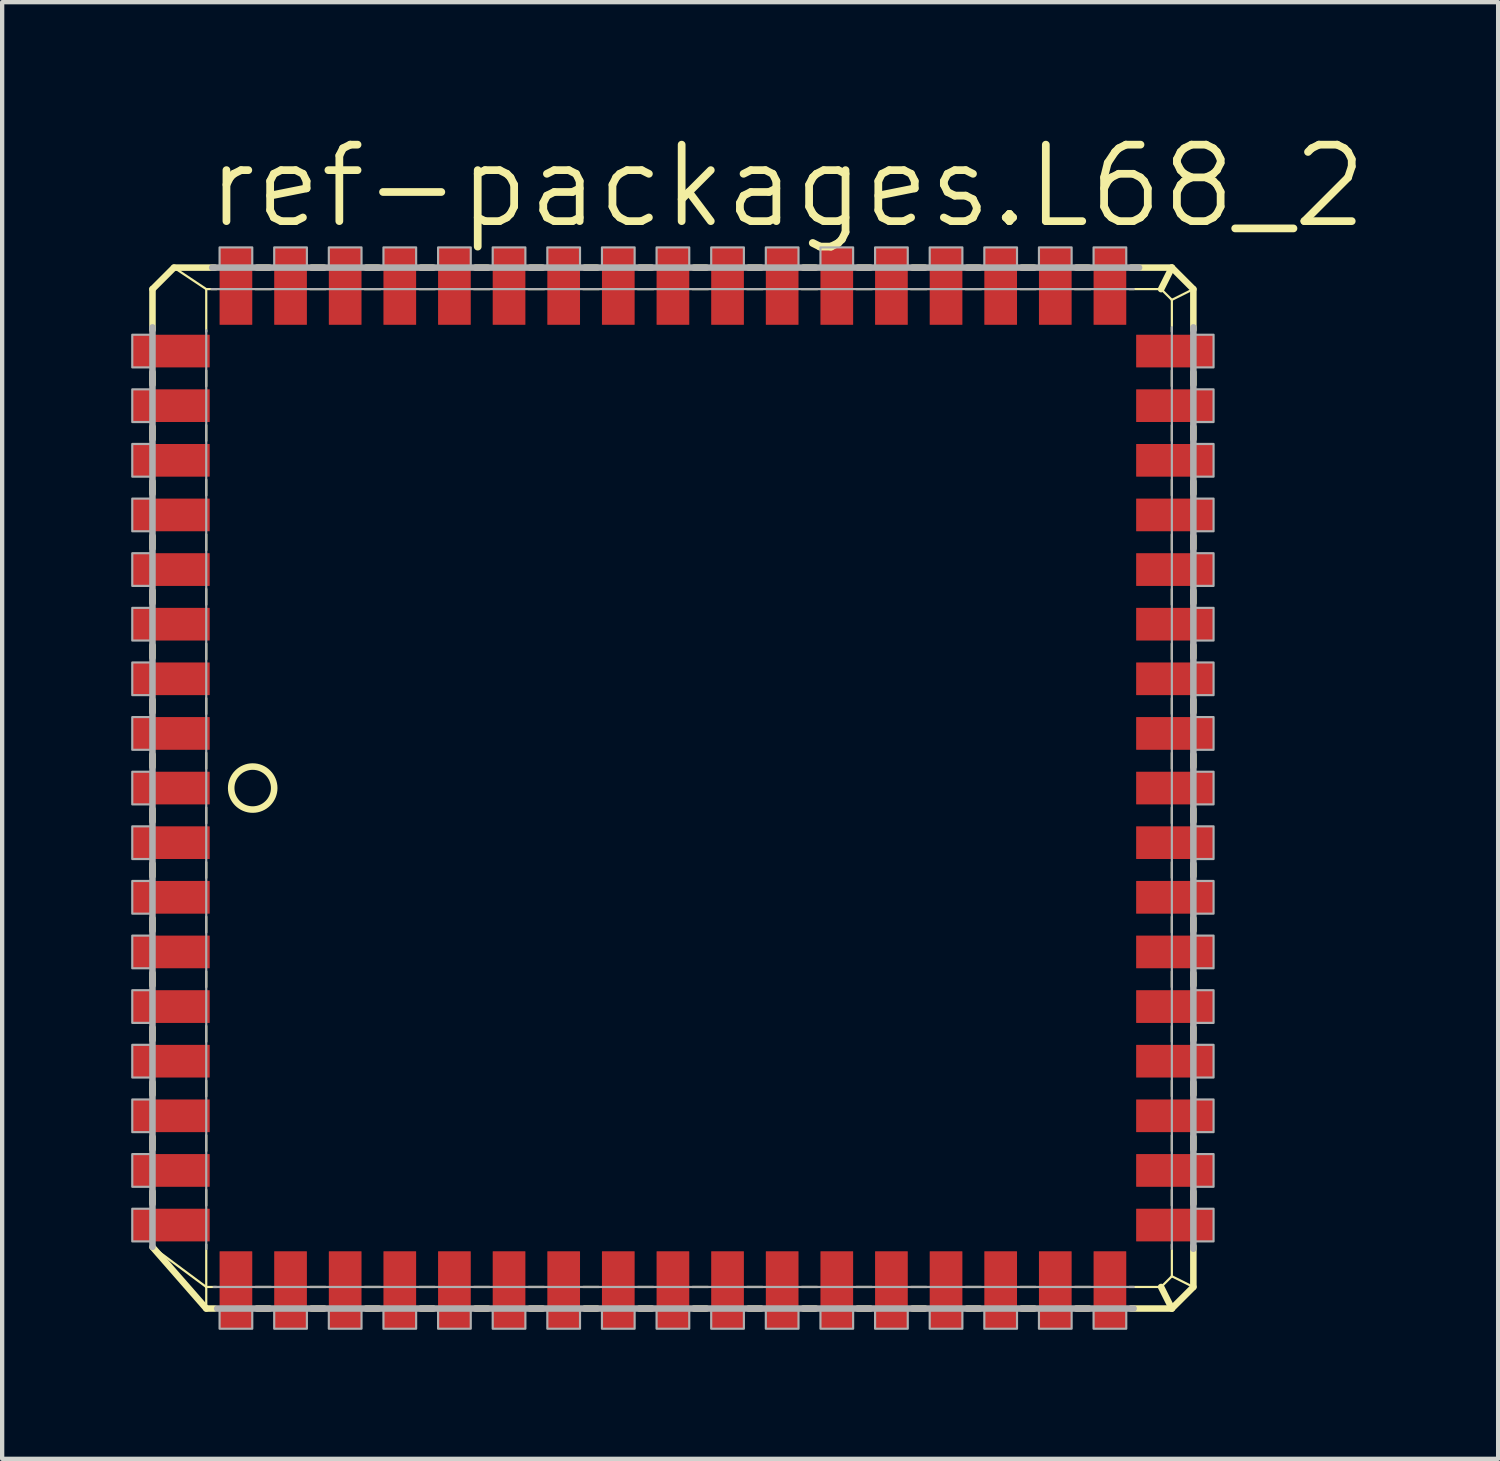
<source format=kicad_pcb>
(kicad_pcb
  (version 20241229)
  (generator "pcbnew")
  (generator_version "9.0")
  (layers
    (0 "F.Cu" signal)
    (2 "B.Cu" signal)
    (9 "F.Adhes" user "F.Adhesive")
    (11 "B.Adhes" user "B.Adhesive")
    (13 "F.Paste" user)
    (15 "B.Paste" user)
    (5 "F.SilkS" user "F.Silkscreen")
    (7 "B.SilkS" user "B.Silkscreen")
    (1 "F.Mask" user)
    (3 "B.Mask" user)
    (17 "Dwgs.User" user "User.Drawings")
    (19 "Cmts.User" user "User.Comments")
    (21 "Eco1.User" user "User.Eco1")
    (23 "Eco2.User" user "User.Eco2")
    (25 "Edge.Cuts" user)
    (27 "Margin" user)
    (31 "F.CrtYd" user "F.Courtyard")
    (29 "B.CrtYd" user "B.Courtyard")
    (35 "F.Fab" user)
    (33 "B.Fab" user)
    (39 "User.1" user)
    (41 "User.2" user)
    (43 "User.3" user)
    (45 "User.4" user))
  (footprint "ref-packages.L68_2"
    (layer "F.Cu")
    (at 12.595 15.272)
    (property "Reference" "ref-packages.L68_2" (at -10.922 -12.954 0) (layer "F.SilkS") (effects (font (size 1.778 1.778) (thickness 0.18)) (justify left bottom)))
    (attr smd)
    (fp_line (start -12.1 -11.6) (end -11.6 -12.1) (stroke (width 0.152) (type default)) (layer "F.SilkS"))
    (fp_line (start -12.1 -10.651) (end -12.1 -11.6) (stroke (width 0.152) (type default)) (layer "F.SilkS"))
    (fp_line (start -12.1 -9.381) (end -12.1 -9.669) (stroke (width 0.152) (type default)) (layer "F.SilkS"))
    (fp_line (start -12.1 -8.111) (end -12.1 -8.399) (stroke (width 0.152) (type default)) (layer "F.SilkS"))
    (fp_line (start -12.1 -6.841) (end -12.1 -7.129) (stroke (width 0.152) (type default)) (layer "F.SilkS"))
    (fp_line (start -12.1 -5.571) (end -12.1 -5.859) (stroke (width 0.152) (type default)) (layer "F.SilkS"))
    (fp_line (start -12.1 -4.301) (end -12.1 -4.589) (stroke (width 0.152) (type default)) (layer "F.SilkS"))
    (fp_line (start -12.1 -3.031) (end -12.1 -3.319) (stroke (width 0.152) (type default)) (layer "F.SilkS"))
    (fp_line (start -12.1 -1.761) (end -12.1 -2.049) (stroke (width 0.152) (type default)) (layer "F.SilkS"))
    (fp_line (start -12.1 -0.491) (end -12.1 -0.779) (stroke (width 0.152) (type default)) (layer "F.SilkS"))
    (fp_line (start -12.1 0.779) (end -12.1 0.491) (stroke (width 0.152) (type default)) (layer "F.SilkS"))
    (fp_line (start -12.1 2.049) (end -12.1 1.761) (stroke (width 0.152) (type default)) (layer "F.SilkS"))
    (fp_line (start -12.1 3.319) (end -12.1 3.031) (stroke (width 0.152) (type default)) (layer "F.SilkS"))
    (fp_line (start -12.1 4.589) (end -12.1 4.301) (stroke (width 0.152) (type default)) (layer "F.SilkS"))
    (fp_line (start -12.1 5.859) (end -12.1 5.571) (stroke (width 0.152) (type default)) (layer "F.SilkS"))
    (fp_line (start -12.1 7.129) (end -12.1 6.841) (stroke (width 0.152) (type default)) (layer "F.SilkS"))
    (fp_line (start -12.1 8.399) (end -12.1 8.111) (stroke (width 0.152) (type default)) (layer "F.SilkS"))
    (fp_line (start -12.1 9.669) (end -12.1 9.381) (stroke (width 0.152) (type default)) (layer "F.SilkS"))
    (fp_line (start -11.6 -12.1) (end -10.85 -11.6) (stroke (width 0.051) (type default)) (layer "F.SilkS"))
    (fp_line (start -11.6 -12.1) (end -10.651 -12.1) (stroke (width 0.152) (type default)) (layer "F.SilkS"))
    (fp_line (start -10.85 -11.6) (end -10.611 -11.6) (stroke (width 0.051) (type default)) (layer "F.SilkS"))
    (fp_line (start -10.85 -10.611) (end -10.85 -11.6) (stroke (width 0.051) (type default)) (layer "F.SilkS"))
    (fp_line (start -10.85 -9.341) (end -10.85 -9.709) (stroke (width 0.051) (type default)) (layer "F.SilkS"))
    (fp_line (start -10.85 -8.071) (end -10.85 -8.439) (stroke (width 0.051) (type default)) (layer "F.SilkS"))
    (fp_line (start -10.85 -6.801) (end -10.85 -7.169) (stroke (width 0.051) (type default)) (layer "F.SilkS"))
    (fp_line (start -10.85 -5.531) (end -10.85 -5.899) (stroke (width 0.051) (type default)) (layer "F.SilkS"))
    (fp_line (start -10.85 -4.261) (end -10.85 -4.629) (stroke (width 0.051) (type default)) (layer "F.SilkS"))
    (fp_line (start -10.85 -2.991) (end -10.85 -3.359) (stroke (width 0.051) (type default)) (layer "F.SilkS"))
    (fp_line (start -10.85 -1.721) (end -10.85 -2.089) (stroke (width 0.051) (type default)) (layer "F.SilkS"))
    (fp_line (start -10.85 -0.451) (end -10.85 -0.819) (stroke (width 0.051) (type default)) (layer "F.SilkS"))
    (fp_line (start -10.85 0.819) (end -10.85 0.451) (stroke (width 0.051) (type default)) (layer "F.SilkS"))
    (fp_line (start -10.85 2.089) (end -10.85 1.721) (stroke (width 0.051) (type default)) (layer "F.SilkS"))
    (fp_line (start -10.85 3.359) (end -10.85 2.991) (stroke (width 0.051) (type default)) (layer "F.SilkS"))
    (fp_line (start -10.85 4.629) (end -10.85 4.261) (stroke (width 0.051) (type default)) (layer "F.SilkS"))
    (fp_line (start -10.85 5.899) (end -10.85 5.531) (stroke (width 0.051) (type default)) (layer "F.SilkS"))
    (fp_line (start -10.85 7.169) (end -10.85 6.801) (stroke (width 0.051) (type default)) (layer "F.SilkS"))
    (fp_line (start -10.85 8.439) (end -10.85 8.071) (stroke (width 0.051) (type default)) (layer "F.SilkS"))
    (fp_line (start -10.85 9.709) (end -10.85 9.341) (stroke (width 0.051) (type default)) (layer "F.SilkS"))
    (fp_line (start -10.85 11.6) (end -12.085 10.682) (stroke (width 0.051) (type default)) (layer "F.SilkS"))
    (fp_line (start -10.85 11.6) (end -10.85 10.611) (stroke (width 0.051) (type default)) (layer "F.SilkS"))
    (fp_line (start -10.85 12.1) (end -12.1 10.671) (stroke (width 0.152) (type default)) (layer "F.SilkS"))
    (fp_line (start -10.85 12.1) (end -10.85 11.6) (stroke (width 0.051) (type default)) (layer "F.SilkS"))
    (fp_line (start -10.651 12.1) (end -10.85 12.1) (stroke (width 0.152) (type default)) (layer "F.SilkS"))
    (fp_line (start -10.611 11.6) (end -10.85 11.6) (stroke (width 0.051) (type default)) (layer "F.SilkS"))
    (fp_line (start -9.709 -11.6) (end -9.341 -11.6) (stroke (width 0.051) (type default)) (layer "F.SilkS"))
    (fp_line (start -9.669 -12.1) (end -9.381 -12.1) (stroke (width 0.152) (type default)) (layer "F.SilkS"))
    (fp_line (start -9.381 12.1) (end -9.669 12.1) (stroke (width 0.152) (type default)) (layer "F.SilkS"))
    (fp_line (start -9.341 11.6) (end -9.709 11.6) (stroke (width 0.051) (type default)) (layer "F.SilkS"))
    (fp_line (start -8.439 -11.6) (end -8.071 -11.6) (stroke (width 0.051) (type default)) (layer "F.SilkS"))
    (fp_line (start -8.399 -12.1) (end -8.111 -12.1) (stroke (width 0.152) (type default)) (layer "F.SilkS"))
    (fp_line (start -8.111 12.1) (end -8.399 12.1) (stroke (width 0.152) (type default)) (layer "F.SilkS"))
    (fp_line (start -8.071 11.6) (end -8.439 11.6) (stroke (width 0.051) (type default)) (layer "F.SilkS"))
    (fp_line (start -7.169 -11.6) (end -6.801 -11.6) (stroke (width 0.051) (type default)) (layer "F.SilkS"))
    (fp_line (start -7.129 -12.1) (end -6.841 -12.1) (stroke (width 0.152) (type default)) (layer "F.SilkS"))
    (fp_line (start -6.841 12.1) (end -7.129 12.1) (stroke (width 0.152) (type default)) (layer "F.SilkS"))
    (fp_line (start -6.801 11.6) (end -7.169 11.6) (stroke (width 0.051) (type default)) (layer "F.SilkS"))
    (fp_line (start -5.899 -11.6) (end -5.531 -11.6) (stroke (width 0.051) (type default)) (layer "F.SilkS"))
    (fp_line (start -5.859 -12.1) (end -5.571 -12.1) (stroke (width 0.152) (type default)) (layer "F.SilkS"))
    (fp_line (start -5.571 12.1) (end -5.859 12.1) (stroke (width 0.152) (type default)) (layer "F.SilkS"))
    (fp_line (start -5.531 11.6) (end -5.899 11.6) (stroke (width 0.051) (type default)) (layer "F.SilkS"))
    (fp_line (start -4.629 -11.6) (end -4.261 -11.6) (stroke (width 0.051) (type default)) (layer "F.SilkS"))
    (fp_line (start -4.589 -12.1) (end -4.301 -12.1) (stroke (width 0.152) (type default)) (layer "F.SilkS"))
    (fp_line (start -4.301 12.1) (end -4.589 12.1) (stroke (width 0.152) (type default)) (layer "F.SilkS"))
    (fp_line (start -4.261 11.6) (end -4.629 11.6) (stroke (width 0.051) (type default)) (layer "F.SilkS"))
    (fp_line (start -3.359 -11.6) (end -2.991 -11.6) (stroke (width 0.051) (type default)) (layer "F.SilkS"))
    (fp_line (start -3.319 -12.1) (end -3.031 -12.1) (stroke (width 0.152) (type default)) (layer "F.SilkS"))
    (fp_line (start -3.031 12.1) (end -3.319 12.1) (stroke (width 0.152) (type default)) (layer "F.SilkS"))
    (fp_line (start -2.991 11.6) (end -3.359 11.6) (stroke (width 0.051) (type default)) (layer "F.SilkS"))
    (fp_line (start -2.089 -11.6) (end -1.721 -11.6) (stroke (width 0.051) (type default)) (layer "F.SilkS"))
    (fp_line (start -2.049 -12.1) (end -1.761 -12.1) (stroke (width 0.152) (type default)) (layer "F.SilkS"))
    (fp_line (start -1.761 12.1) (end -2.049 12.1) (stroke (width 0.152) (type default)) (layer "F.SilkS"))
    (fp_line (start -1.721 11.6) (end -2.089 11.6) (stroke (width 0.051) (type default)) (layer "F.SilkS"))
    (fp_line (start -0.819 -11.6) (end -0.451 -11.6) (stroke (width 0.051) (type default)) (layer "F.SilkS"))
    (fp_line (start -0.779 -12.1) (end -0.491 -12.1) (stroke (width 0.152) (type default)) (layer "F.SilkS"))
    (fp_line (start -0.491 12.1) (end -0.779 12.1) (stroke (width 0.152) (type default)) (layer "F.SilkS"))
    (fp_line (start -0.451 11.6) (end -0.819 11.6) (stroke (width 0.051) (type default)) (layer "F.SilkS"))
    (fp_line (start 0.451 -11.6) (end 0.819 -11.6) (stroke (width 0.051) (type default)) (layer "F.SilkS"))
    (fp_line (start 0.491 -12.1) (end 0.779 -12.1) (stroke (width 0.152) (type default)) (layer "F.SilkS"))
    (fp_line (start 0.779 12.1) (end 0.491 12.1) (stroke (width 0.152) (type default)) (layer "F.SilkS"))
    (fp_line (start 0.819 11.6) (end 0.451 11.6) (stroke (width 0.051) (type default)) (layer "F.SilkS"))
    (fp_line (start 1.721 -11.6) (end 2.089 -11.6) (stroke (width 0.051) (type default)) (layer "F.SilkS"))
    (fp_line (start 1.761 -12.1) (end 2.049 -12.1) (stroke (width 0.152) (type default)) (layer "F.SilkS"))
    (fp_line (start 2.049 12.1) (end 1.761 12.1) (stroke (width 0.152) (type default)) (layer "F.SilkS"))
    (fp_line (start 2.089 11.6) (end 1.721 11.6) (stroke (width 0.051) (type default)) (layer "F.SilkS"))
    (fp_line (start 2.991 -11.6) (end 3.359 -11.6) (stroke (width 0.051) (type default)) (layer "F.SilkS"))
    (fp_line (start 3.031 -12.1) (end 3.319 -12.1) (stroke (width 0.152) (type default)) (layer "F.SilkS"))
    (fp_line (start 3.319 12.1) (end 3.031 12.1) (stroke (width 0.152) (type default)) (layer "F.SilkS"))
    (fp_line (start 3.359 11.6) (end 2.991 11.6) (stroke (width 0.051) (type default)) (layer "F.SilkS"))
    (fp_line (start 4.261 -11.6) (end 4.629 -11.6) (stroke (width 0.051) (type default)) (layer "F.SilkS"))
    (fp_line (start 4.301 -12.1) (end 4.589 -12.1) (stroke (width 0.152) (type default)) (layer "F.SilkS"))
    (fp_line (start 4.589 12.1) (end 4.301 12.1) (stroke (width 0.152) (type default)) (layer "F.SilkS"))
    (fp_line (start 4.629 11.6) (end 4.261 11.6) (stroke (width 0.051) (type default)) (layer "F.SilkS"))
    (fp_line (start 5.531 -11.6) (end 5.899 -11.6) (stroke (width 0.051) (type default)) (layer "F.SilkS"))
    (fp_line (start 5.571 -12.1) (end 5.859 -12.1) (stroke (width 0.152) (type default)) (layer "F.SilkS"))
    (fp_line (start 5.859 12.1) (end 5.571 12.1) (stroke (width 0.152) (type default)) (layer "F.SilkS"))
    (fp_line (start 5.899 11.6) (end 5.531 11.6) (stroke (width 0.051) (type default)) (layer "F.SilkS"))
    (fp_line (start 6.801 -11.6) (end 7.169 -11.6) (stroke (width 0.051) (type default)) (layer "F.SilkS"))
    (fp_line (start 6.841 -12.1) (end 7.129 -12.1) (stroke (width 0.152) (type default)) (layer "F.SilkS"))
    (fp_line (start 7.129 12.1) (end 6.841 12.1) (stroke (width 0.152) (type default)) (layer "F.SilkS"))
    (fp_line (start 7.169 11.6) (end 6.801 11.6) (stroke (width 0.051) (type default)) (layer "F.SilkS"))
    (fp_line (start 8.071 -11.6) (end 8.439 -11.6) (stroke (width 0.051) (type default)) (layer "F.SilkS"))
    (fp_line (start 8.111 -12.1) (end 8.399 -12.1) (stroke (width 0.152) (type default)) (layer "F.SilkS"))
    (fp_line (start 8.399 12.1) (end 8.111 12.1) (stroke (width 0.152) (type default)) (layer "F.SilkS"))
    (fp_line (start 8.439 11.6) (end 8.071 11.6) (stroke (width 0.051) (type default)) (layer "F.SilkS"))
    (fp_line (start 9.341 -11.6) (end 9.709 -11.6) (stroke (width 0.051) (type default)) (layer "F.SilkS"))
    (fp_line (start 9.381 -12.1) (end 9.669 -12.1) (stroke (width 0.152) (type default)) (layer "F.SilkS"))
    (fp_line (start 9.669 12.1) (end 9.381 12.1) (stroke (width 0.152) (type default)) (layer "F.SilkS"))
    (fp_line (start 9.709 11.6) (end 9.341 11.6) (stroke (width 0.051) (type default)) (layer "F.SilkS"))
    (fp_line (start 10.611 -11.6) (end 11.35 -11.6) (stroke (width 0.051) (type default)) (layer "F.SilkS"))
    (fp_line (start 10.651 -12.1) (end 11.6 -12.1) (stroke (width 0.152) (type default)) (layer "F.SilkS"))
    (fp_line (start 11.35 -11.6) (end 11.6 -12.1) (stroke (width 0.152) (type default)) (layer "F.SilkS"))
    (fp_line (start 11.35 -11.6) (end 11.6 -11.35) (stroke (width 0.051) (type default)) (layer "F.SilkS"))
    (fp_line (start 11.35 11.6) (end 10.611 11.6) (stroke (width 0.051) (type default)) (layer "F.SilkS"))
    (fp_line (start 11.6 -12.1) (end 12.1 -11.6) (stroke (width 0.152) (type default)) (layer "F.SilkS"))
    (fp_line (start 11.6 -11.35) (end 11.6 -10.611) (stroke (width 0.051) (type default)) (layer "F.SilkS"))
    (fp_line (start 11.6 -11.35) (end 12.1 -11.6) (stroke (width 0.051) (type default)) (layer "F.SilkS"))
    (fp_line (start 11.6 -9.709) (end 11.6 -9.341) (stroke (width 0.051) (type default)) (layer "F.SilkS"))
    (fp_line (start 11.6 -8.439) (end 11.6 -8.071) (stroke (width 0.051) (type default)) (layer "F.SilkS"))
    (fp_line (start 11.6 -7.169) (end 11.6 -6.801) (stroke (width 0.051) (type default)) (layer "F.SilkS"))
    (fp_line (start 11.6 -5.899) (end 11.6 -5.531) (stroke (width 0.051) (type default)) (layer "F.SilkS"))
    (fp_line (start 11.6 -4.629) (end 11.6 -4.261) (stroke (width 0.051) (type default)) (layer "F.SilkS"))
    (fp_line (start 11.6 -3.359) (end 11.6 -2.991) (stroke (width 0.051) (type default)) (layer "F.SilkS"))
    (fp_line (start 11.6 -2.089) (end 11.6 -1.721) (stroke (width 0.051) (type default)) (layer "F.SilkS"))
    (fp_line (start 11.6 -0.819) (end 11.6 -0.451) (stroke (width 0.051) (type default)) (layer "F.SilkS"))
    (fp_line (start 11.6 0.451) (end 11.6 0.819) (stroke (width 0.051) (type default)) (layer "F.SilkS"))
    (fp_line (start 11.6 1.721) (end 11.6 2.089) (stroke (width 0.051) (type default)) (layer "F.SilkS"))
    (fp_line (start 11.6 2.991) (end 11.6 3.359) (stroke (width 0.051) (type default)) (layer "F.SilkS"))
    (fp_line (start 11.6 4.261) (end 11.6 4.629) (stroke (width 0.051) (type default)) (layer "F.SilkS"))
    (fp_line (start 11.6 5.531) (end 11.6 5.899) (stroke (width 0.051) (type default)) (layer "F.SilkS"))
    (fp_line (start 11.6 6.801) (end 11.6 7.169) (stroke (width 0.051) (type default)) (layer "F.SilkS"))
    (fp_line (start 11.6 8.071) (end 11.6 8.439) (stroke (width 0.051) (type default)) (layer "F.SilkS"))
    (fp_line (start 11.6 9.341) (end 11.6 9.709) (stroke (width 0.051) (type default)) (layer "F.SilkS"))
    (fp_line (start 11.6 10.611) (end 11.6 11.35) (stroke (width 0.051) (type default)) (layer "F.SilkS"))
    (fp_line (start 11.6 11.35) (end 11.35 11.6) (stroke (width 0.051) (type default)) (layer "F.SilkS"))
    (fp_line (start 11.6 12.1) (end 10.651 12.1) (stroke (width 0.152) (type default)) (layer "F.SilkS"))
    (fp_line (start 11.6 12.1) (end 11.35 11.6) (stroke (width 0.152) (type default)) (layer "F.SilkS"))
    (fp_line (start 12.1 -11.6) (end 12.1 -10.651) (stroke (width 0.152) (type default)) (layer "F.SilkS"))
    (fp_line (start 12.1 -9.669) (end 12.1 -9.381) (stroke (width 0.152) (type default)) (layer "F.SilkS"))
    (fp_line (start 12.1 -8.399) (end 12.1 -8.111) (stroke (width 0.152) (type default)) (layer "F.SilkS"))
    (fp_line (start 12.1 -7.129) (end 12.1 -6.841) (stroke (width 0.152) (type default)) (layer "F.SilkS"))
    (fp_line (start 12.1 -5.859) (end 12.1 -5.571) (stroke (width 0.152) (type default)) (layer "F.SilkS"))
    (fp_line (start 12.1 -4.589) (end 12.1 -4.301) (stroke (width 0.152) (type default)) (layer "F.SilkS"))
    (fp_line (start 12.1 -3.319) (end 12.1 -3.031) (stroke (width 0.152) (type default)) (layer "F.SilkS"))
    (fp_line (start 12.1 -2.049) (end 12.1 -1.761) (stroke (width 0.152) (type default)) (layer "F.SilkS"))
    (fp_line (start 12.1 -0.779) (end 12.1 -0.491) (stroke (width 0.152) (type default)) (layer "F.SilkS"))
    (fp_line (start 12.1 0.491) (end 12.1 0.779) (stroke (width 0.152) (type default)) (layer "F.SilkS"))
    (fp_line (start 12.1 1.761) (end 12.1 2.049) (stroke (width 0.152) (type default)) (layer "F.SilkS"))
    (fp_line (start 12.1 3.031) (end 12.1 3.319) (stroke (width 0.152) (type default)) (layer "F.SilkS"))
    (fp_line (start 12.1 4.301) (end 12.1 4.589) (stroke (width 0.152) (type default)) (layer "F.SilkS"))
    (fp_line (start 12.1 5.571) (end 12.1 5.859) (stroke (width 0.152) (type default)) (layer "F.SilkS"))
    (fp_line (start 12.1 6.841) (end 12.1 7.129) (stroke (width 0.152) (type default)) (layer "F.SilkS"))
    (fp_line (start 12.1 8.111) (end 12.1 8.399) (stroke (width 0.152) (type default)) (layer "F.SilkS"))
    (fp_line (start 12.1 9.381) (end 12.1 9.669) (stroke (width 0.152) (type default)) (layer "F.SilkS"))
    (fp_line (start 12.1 10.651) (end 12.1 11.6) (stroke (width 0.152) (type default)) (layer "F.SilkS"))
    (fp_line (start 12.1 11.6) (end 11.6 11.35) (stroke (width 0.051) (type default)) (layer "F.SilkS"))
    (fp_line (start 12.1 11.6) (end 11.6 12.1) (stroke (width 0.152) (type default)) (layer "F.SilkS"))
    (fp_circle (center -9.77 0) (end -9.27 0) (stroke (width 0.152) (type default)) (fill no) (layer "F.SilkS"))
    (fp_line (start -12.1 10.667) (end -12.1 -10.711) (stroke (width 0.152) (type default)) (layer "F.Fab"))
    (fp_line (start -10.85 10.715) (end -10.85 -10.645) (stroke (width 0.051) (type default)) (layer "F.Fab"))
    (fp_line (start -10.729 -11.6) (end 10.715 -11.6) (stroke (width 0.051) (type default)) (layer "F.Fab"))
    (fp_line (start -10.711 -12.1) (end 10.838 -12.1) (stroke (width 0.152) (type default)) (layer "F.Fab"))
    (fp_line (start 10.711 12.1) (end -10.596 12.1) (stroke (width 0.152) (type default)) (layer "F.Fab"))
    (fp_line (start 10.715 11.6) (end -10.679 11.6) (stroke (width 0.051) (type default)) (layer "F.Fab"))
    (fp_line (start 11.6 -10.715) (end 11.6 10.715) (stroke (width 0.051) (type default)) (layer "F.Fab"))
    (fp_line (start 12.1 -10.711) (end 12.1 10.711) (stroke (width 0.152) (type default)) (layer "F.Fab"))
    (fp_rect (start -12.57 -9.78) (end -12.1 -10.54) (stroke (width 0.05) (type default)) (fill no) (layer "F.Fab"))
    (fp_rect (start -12.57 -8.51) (end -12.1 -9.27) (stroke (width 0.05) (type default)) (fill no) (layer "F.Fab"))
    (fp_rect (start -12.57 -7.24) (end -12.1 -8) (stroke (width 0.05) (type default)) (fill no) (layer "F.Fab"))
    (fp_rect (start -12.57 -5.97) (end -12.1 -6.73) (stroke (width 0.05) (type default)) (fill no) (layer "F.Fab"))
    (fp_rect (start -12.57 -4.7) (end -12.1 -5.46) (stroke (width 0.05) (type default)) (fill no) (layer "F.Fab"))
    (fp_rect (start -12.57 -3.43) (end -12.1 -4.19) (stroke (width 0.05) (type default)) (fill no) (layer "F.Fab"))
    (fp_rect (start -12.57 -2.16) (end -12.1 -2.92) (stroke (width 0.05) (type default)) (fill no) (layer "F.Fab"))
    (fp_rect (start -12.57 -0.89) (end -12.1 -1.65) (stroke (width 0.05) (type default)) (fill no) (layer "F.Fab"))
    (fp_rect (start -12.57 0.38) (end -12.1 -0.38) (stroke (width 0.05) (type default)) (fill no) (layer "F.Fab"))
    (fp_rect (start -12.57 1.65) (end -12.1 0.89) (stroke (width 0.05) (type default)) (fill no) (layer "F.Fab"))
    (fp_rect (start -12.57 2.92) (end -12.1 2.16) (stroke (width 0.05) (type default)) (fill no) (layer "F.Fab"))
    (fp_rect (start -12.57 4.19) (end -12.1 3.43) (stroke (width 0.05) (type default)) (fill no) (layer "F.Fab"))
    (fp_rect (start -12.57 5.46) (end -12.1 4.7) (stroke (width 0.05) (type default)) (fill no) (layer "F.Fab"))
    (fp_rect (start -12.57 6.73) (end -12.1 5.97) (stroke (width 0.05) (type default)) (fill no) (layer "F.Fab"))
    (fp_rect (start -12.57 8) (end -12.1 7.24) (stroke (width 0.05) (type default)) (fill no) (layer "F.Fab"))
    (fp_rect (start -12.57 9.27) (end -12.1 8.51) (stroke (width 0.05) (type default)) (fill no) (layer "F.Fab"))
    (fp_rect (start -12.57 10.54) (end -12.1 9.78) (stroke (width 0.05) (type default)) (fill no) (layer "F.Fab"))
    (fp_rect (start -10.54 -12.1) (end -9.78 -12.57) (stroke (width 0.05) (type default)) (fill no) (layer "F.Fab"))
    (fp_rect (start -10.54 12.57) (end -9.78 12.1) (stroke (width 0.05) (type default)) (fill no) (layer "F.Fab"))
    (fp_rect (start -9.27 -12.1) (end -8.51 -12.57) (stroke (width 0.05) (type default)) (fill no) (layer "F.Fab"))
    (fp_rect (start -9.27 12.57) (end -8.51 12.1) (stroke (width 0.05) (type default)) (fill no) (layer "F.Fab"))
    (fp_rect (start -8 -12.1) (end -7.24 -12.57) (stroke (width 0.05) (type default)) (fill no) (layer "F.Fab"))
    (fp_rect (start -8 12.57) (end -7.24 12.1) (stroke (width 0.05) (type default)) (fill no) (layer "F.Fab"))
    (fp_rect (start -6.73 -12.1) (end -5.97 -12.57) (stroke (width 0.05) (type default)) (fill no) (layer "F.Fab"))
    (fp_rect (start -6.73 12.57) (end -5.97 12.1) (stroke (width 0.05) (type default)) (fill no) (layer "F.Fab"))
    (fp_rect (start -5.46 -12.1) (end -4.7 -12.57) (stroke (width 0.05) (type default)) (fill no) (layer "F.Fab"))
    (fp_rect (start -5.46 12.57) (end -4.7 12.1) (stroke (width 0.05) (type default)) (fill no) (layer "F.Fab"))
    (fp_rect (start -4.19 -12.1) (end -3.43 -12.57) (stroke (width 0.05) (type default)) (fill no) (layer "F.Fab"))
    (fp_rect (start -4.19 12.57) (end -3.43 12.1) (stroke (width 0.05) (type default)) (fill no) (layer "F.Fab"))
    (fp_rect (start -2.92 -12.1) (end -2.16 -12.57) (stroke (width 0.05) (type default)) (fill no) (layer "F.Fab"))
    (fp_rect (start -2.92 12.57) (end -2.16 12.1) (stroke (width 0.05) (type default)) (fill no) (layer "F.Fab"))
    (fp_rect (start -1.65 -12.1) (end -0.89 -12.57) (stroke (width 0.05) (type default)) (fill no) (layer "F.Fab"))
    (fp_rect (start -1.65 12.57) (end -0.89 12.1) (stroke (width 0.05) (type default)) (fill no) (layer "F.Fab"))
    (fp_rect (start -0.38 -12.1) (end 0.38 -12.57) (stroke (width 0.05) (type default)) (fill no) (layer "F.Fab"))
    (fp_rect (start -0.38 12.57) (end 0.38 12.1) (stroke (width 0.05) (type default)) (fill no) (layer "F.Fab"))
    (fp_rect (start 0.89 -12.1) (end 1.65 -12.57) (stroke (width 0.05) (type default)) (fill no) (layer "F.Fab"))
    (fp_rect (start 0.89 12.57) (end 1.65 12.1) (stroke (width 0.05) (type default)) (fill no) (layer "F.Fab"))
    (fp_rect (start 2.16 -12.1) (end 2.92 -12.57) (stroke (width 0.05) (type default)) (fill no) (layer "F.Fab"))
    (fp_rect (start 2.16 12.57) (end 2.92 12.1) (stroke (width 0.05) (type default)) (fill no) (layer "F.Fab"))
    (fp_rect (start 3.43 -12.1) (end 4.19 -12.57) (stroke (width 0.05) (type default)) (fill no) (layer "F.Fab"))
    (fp_rect (start 3.43 12.57) (end 4.19 12.1) (stroke (width 0.05) (type default)) (fill no) (layer "F.Fab"))
    (fp_rect (start 4.7 -12.1) (end 5.46 -12.57) (stroke (width 0.05) (type default)) (fill no) (layer "F.Fab"))
    (fp_rect (start 4.7 12.57) (end 5.46 12.1) (stroke (width 0.05) (type default)) (fill no) (layer "F.Fab"))
    (fp_rect (start 5.97 -12.1) (end 6.73 -12.57) (stroke (width 0.05) (type default)) (fill no) (layer "F.Fab"))
    (fp_rect (start 5.97 12.57) (end 6.73 12.1) (stroke (width 0.05) (type default)) (fill no) (layer "F.Fab"))
    (fp_rect (start 7.24 -12.1) (end 8 -12.57) (stroke (width 0.05) (type default)) (fill no) (layer "F.Fab"))
    (fp_rect (start 7.24 12.57) (end 8 12.1) (stroke (width 0.05) (type default)) (fill no) (layer "F.Fab"))
    (fp_rect (start 8.51 -12.1) (end 9.27 -12.57) (stroke (width 0.05) (type default)) (fill no) (layer "F.Fab"))
    (fp_rect (start 8.51 12.57) (end 9.27 12.1) (stroke (width 0.05) (type default)) (fill no) (layer "F.Fab"))
    (fp_rect (start 9.78 -12.1) (end 10.54 -12.57) (stroke (width 0.05) (type default)) (fill no) (layer "F.Fab"))
    (fp_rect (start 9.78 12.57) (end 10.54 12.1) (stroke (width 0.05) (type default)) (fill no) (layer "F.Fab"))
    (fp_rect (start 12.1 -9.78) (end 12.57 -10.54) (stroke (width 0.05) (type default)) (fill no) (layer "F.Fab"))
    (fp_rect (start 12.1 -8.51) (end 12.57 -9.27) (stroke (width 0.05) (type default)) (fill no) (layer "F.Fab"))
    (fp_rect (start 12.1 -7.24) (end 12.57 -8) (stroke (width 0.05) (type default)) (fill no) (layer "F.Fab"))
    (fp_rect (start 12.1 -5.97) (end 12.57 -6.73) (stroke (width 0.05) (type default)) (fill no) (layer "F.Fab"))
    (fp_rect (start 12.1 -4.7) (end 12.57 -5.46) (stroke (width 0.05) (type default)) (fill no) (layer "F.Fab"))
    (fp_rect (start 12.1 -3.43) (end 12.57 -4.19) (stroke (width 0.05) (type default)) (fill no) (layer "F.Fab"))
    (fp_rect (start 12.1 -2.16) (end 12.57 -2.92) (stroke (width 0.05) (type default)) (fill no) (layer "F.Fab"))
    (fp_rect (start 12.1 -0.89) (end 12.57 -1.65) (stroke (width 0.05) (type default)) (fill no) (layer "F.Fab"))
    (fp_rect (start 12.1 0.38) (end 12.57 -0.38) (stroke (width 0.05) (type default)) (fill no) (layer "F.Fab"))
    (fp_rect (start 12.1 1.65) (end 12.57 0.89) (stroke (width 0.05) (type default)) (fill no) (layer "F.Fab"))
    (fp_rect (start 12.1 2.92) (end 12.57 2.16) (stroke (width 0.05) (type default)) (fill no) (layer "F.Fab"))
    (fp_rect (start 12.1 4.19) (end 12.57 3.43) (stroke (width 0.05) (type default)) (fill no) (layer "F.Fab"))
    (fp_rect (start 12.1 5.46) (end 12.57 4.7) (stroke (width 0.05) (type default)) (fill no) (layer "F.Fab"))
    (fp_rect (start 12.1 6.73) (end 12.57 5.97) (stroke (width 0.05) (type default)) (fill no) (layer "F.Fab"))
    (fp_rect (start 12.1 8) (end 12.57 7.24) (stroke (width 0.05) (type default)) (fill no) (layer "F.Fab"))
    (fp_rect (start 12.1 9.27) (end 12.57 8.51) (stroke (width 0.05) (type default)) (fill no) (layer "F.Fab"))
    (fp_rect (start 12.1 10.54) (end 12.57 9.78) (stroke (width 0.05) (type default)) (fill no) (layer "F.Fab"))
    (pad "1" smd roundrect (at -11.67 0) (size 1.8 0.76) (layers "F.Cu" "F.Mask" "F.Paste") (roundrect_rratio 0.01))
    (pad "2" smd roundrect (at -11.67 1.27) (size 1.8 0.76) (layers "F.Cu" "F.Mask" "F.Paste") (roundrect_rratio 0.01))
    (pad "3" smd roundrect (at -11.67 2.54) (size 1.8 0.76) (layers "F.Cu" "F.Mask" "F.Paste") (roundrect_rratio 0.01))
    (pad "4" smd roundrect (at -11.67 3.81) (size 1.8 0.76) (layers "F.Cu" "F.Mask" "F.Paste") (roundrect_rratio 0.01))
    (pad "5" smd roundrect (at -11.67 5.08) (size 1.8 0.76) (layers "F.Cu" "F.Mask" "F.Paste") (roundrect_rratio 0.01))
    (pad "6" smd roundrect (at -11.67 6.35) (size 1.8 0.76) (layers "F.Cu" "F.Mask" "F.Paste") (roundrect_rratio 0.01))
    (pad "7" smd roundrect (at -11.67 7.62) (size 1.8 0.76) (layers "F.Cu" "F.Mask" "F.Paste") (roundrect_rratio 0.01))
    (pad "8" smd roundrect (at -11.67 8.89) (size 1.8 0.76) (layers "F.Cu" "F.Mask" "F.Paste") (roundrect_rratio 0.01))
    (pad "9" smd roundrect (at -11.67 10.16) (size 1.8 0.76) (layers "F.Cu" "F.Mask" "F.Paste") (roundrect_rratio 0.01))
    (pad "10" smd roundrect (at -10.16 11.67) (size 0.76 1.8) (layers "F.Cu" "F.Mask" "F.Paste") (roundrect_rratio 0.01))
    (pad "11" smd roundrect (at -8.89 11.67) (size 0.76 1.8) (layers "F.Cu" "F.Mask" "F.Paste") (roundrect_rratio 0.01))
    (pad "12" smd roundrect (at -7.62 11.67) (size 0.76 1.8) (layers "F.Cu" "F.Mask" "F.Paste") (roundrect_rratio 0.01))
    (pad "13" smd roundrect (at -6.35 11.67) (size 0.76 1.8) (layers "F.Cu" "F.Mask" "F.Paste") (roundrect_rratio 0.01))
    (pad "14" smd roundrect (at -5.08 11.67) (size 0.76 1.8) (layers "F.Cu" "F.Mask" "F.Paste") (roundrect_rratio 0.01))
    (pad "15" smd roundrect (at -3.81 11.67) (size 0.76 1.8) (layers "F.Cu" "F.Mask" "F.Paste") (roundrect_rratio 0.01))
    (pad "16" smd roundrect (at -2.54 11.67) (size 0.76 1.8) (layers "F.Cu" "F.Mask" "F.Paste") (roundrect_rratio 0.01))
    (pad "17" smd roundrect (at -1.27 11.67) (size 0.76 1.8) (layers "F.Cu" "F.Mask" "F.Paste") (roundrect_rratio 0.01))
    (pad "18" smd roundrect (at 0 11.67) (size 0.76 1.8) (layers "F.Cu" "F.Mask" "F.Paste") (roundrect_rratio 0.01))
    (pad "19" smd roundrect (at 1.27 11.67) (size 0.76 1.8) (layers "F.Cu" "F.Mask" "F.Paste") (roundrect_rratio 0.01))
    (pad "20" smd roundrect (at 2.54 11.67) (size 0.76 1.8) (layers "F.Cu" "F.Mask" "F.Paste") (roundrect_rratio 0.01))
    (pad "21" smd roundrect (at 3.81 11.67) (size 0.76 1.8) (layers "F.Cu" "F.Mask" "F.Paste") (roundrect_rratio 0.01))
    (pad "22" smd roundrect (at 5.08 11.67) (size 0.76 1.8) (layers "F.Cu" "F.Mask" "F.Paste") (roundrect_rratio 0.01))
    (pad "23" smd roundrect (at 6.35 11.67) (size 0.76 1.8) (layers "F.Cu" "F.Mask" "F.Paste") (roundrect_rratio 0.01))
    (pad "24" smd roundrect (at 7.62 11.67) (size 0.76 1.8) (layers "F.Cu" "F.Mask" "F.Paste") (roundrect_rratio 0.01))
    (pad "25" smd roundrect (at 8.89 11.67) (size 0.76 1.8) (layers "F.Cu" "F.Mask" "F.Paste") (roundrect_rratio 0.01))
    (pad "26" smd roundrect (at 10.16 11.67) (size 0.76 1.8) (layers "F.Cu" "F.Mask" "F.Paste") (roundrect_rratio 0.01))
    (pad "27" smd roundrect (at 11.67 10.16) (size 1.8 0.76) (layers "F.Cu" "F.Mask" "F.Paste") (roundrect_rratio 0.01))
    (pad "28" smd roundrect (at 11.67 8.89) (size 1.8 0.76) (layers "F.Cu" "F.Mask" "F.Paste") (roundrect_rratio 0.01))
    (pad "29" smd roundrect (at 11.67 7.62) (size 1.8 0.76) (layers "F.Cu" "F.Mask" "F.Paste") (roundrect_rratio 0.01))
    (pad "30" smd roundrect (at 11.67 6.35) (size 1.8 0.76) (layers "F.Cu" "F.Mask" "F.Paste") (roundrect_rratio 0.01))
    (pad "31" smd roundrect (at 11.67 5.08) (size 1.8 0.76) (layers "F.Cu" "F.Mask" "F.Paste") (roundrect_rratio 0.01))
    (pad "32" smd roundrect (at 11.67 3.81) (size 1.8 0.76) (layers "F.Cu" "F.Mask" "F.Paste") (roundrect_rratio 0.01))
    (pad "33" smd roundrect (at 11.67 2.54) (size 1.8 0.76) (layers "F.Cu" "F.Mask" "F.Paste") (roundrect_rratio 0.01))
    (pad "34" smd roundrect (at 11.67 1.27) (size 1.8 0.76) (layers "F.Cu" "F.Mask" "F.Paste") (roundrect_rratio 0.01))
    (pad "35" smd roundrect (at 11.67 0) (size 1.8 0.76) (layers "F.Cu" "F.Mask" "F.Paste") (roundrect_rratio 0.01))
    (pad "36" smd roundrect (at 11.67 -1.27) (size 1.8 0.76) (layers "F.Cu" "F.Mask" "F.Paste") (roundrect_rratio 0.01))
    (pad "37" smd roundrect (at 11.67 -2.54) (size 1.8 0.76) (layers "F.Cu" "F.Mask" "F.Paste") (roundrect_rratio 0.01))
    (pad "38" smd roundrect (at 11.67 -3.81) (size 1.8 0.76) (layers "F.Cu" "F.Mask" "F.Paste") (roundrect_rratio 0.01))
    (pad "39" smd roundrect (at 11.67 -5.08) (size 1.8 0.76) (layers "F.Cu" "F.Mask" "F.Paste") (roundrect_rratio 0.01))
    (pad "40" smd roundrect (at 11.67 -6.35) (size 1.8 0.76) (layers "F.Cu" "F.Mask" "F.Paste") (roundrect_rratio 0.01))
    (pad "41" smd roundrect (at 11.67 -7.62) (size 1.8 0.76) (layers "F.Cu" "F.Mask" "F.Paste") (roundrect_rratio 0.01))
    (pad "42" smd roundrect (at 11.67 -8.89) (size 1.8 0.76) (layers "F.Cu" "F.Mask" "F.Paste") (roundrect_rratio 0.01))
    (pad "43" smd roundrect (at 11.67 -10.16) (size 1.8 0.76) (layers "F.Cu" "F.Mask" "F.Paste") (roundrect_rratio 0.01))
    (pad "44" smd roundrect (at 10.16 -11.67) (size 0.76 1.8) (layers "F.Cu" "F.Mask" "F.Paste") (roundrect_rratio 0.01))
    (pad "45" smd roundrect (at 8.89 -11.67) (size 0.76 1.8) (layers "F.Cu" "F.Mask" "F.Paste") (roundrect_rratio 0.01))
    (pad "46" smd roundrect (at 7.62 -11.67) (size 0.76 1.8) (layers "F.Cu" "F.Mask" "F.Paste") (roundrect_rratio 0.01))
    (pad "47" smd roundrect (at 6.35 -11.67) (size 0.76 1.8) (layers "F.Cu" "F.Mask" "F.Paste") (roundrect_rratio 0.01))
    (pad "48" smd roundrect (at 5.08 -11.67) (size 0.76 1.8) (layers "F.Cu" "F.Mask" "F.Paste") (roundrect_rratio 0.01))
    (pad "49" smd roundrect (at 3.81 -11.67) (size 0.76 1.8) (layers "F.Cu" "F.Mask" "F.Paste") (roundrect_rratio 0.01))
    (pad "50" smd roundrect (at 2.54 -11.67) (size 0.76 1.8) (layers "F.Cu" "F.Mask" "F.Paste") (roundrect_rratio 0.01))
    (pad "51" smd roundrect (at 1.27 -11.67) (size 0.76 1.8) (layers "F.Cu" "F.Mask" "F.Paste") (roundrect_rratio 0.01))
    (pad "52" smd roundrect (at 0 -11.67) (size 0.76 1.8) (layers "F.Cu" "F.Mask" "F.Paste") (roundrect_rratio 0.01))
    (pad "53" smd roundrect (at -1.27 -11.67) (size 0.76 1.8) (layers "F.Cu" "F.Mask" "F.Paste") (roundrect_rratio 0.01))
    (pad "54" smd roundrect (at -2.54 -11.67) (size 0.76 1.8) (layers "F.Cu" "F.Mask" "F.Paste") (roundrect_rratio 0.01))
    (pad "55" smd roundrect (at -3.81 -11.67) (size 0.76 1.8) (layers "F.Cu" "F.Mask" "F.Paste") (roundrect_rratio 0.01))
    (pad "56" smd roundrect (at -5.08 -11.67) (size 0.76 1.8) (layers "F.Cu" "F.Mask" "F.Paste") (roundrect_rratio 0.01))
    (pad "57" smd roundrect (at -6.35 -11.67) (size 0.76 1.8) (layers "F.Cu" "F.Mask" "F.Paste") (roundrect_rratio 0.01))
    (pad "58" smd roundrect (at -7.62 -11.67) (size 0.76 1.8) (layers "F.Cu" "F.Mask" "F.Paste") (roundrect_rratio 0.01))
    (pad "59" smd roundrect (at -8.89 -11.67) (size 0.76 1.8) (layers "F.Cu" "F.Mask" "F.Paste") (roundrect_rratio 0.01))
    (pad "60" smd roundrect (at -10.16 -11.67) (size 0.76 1.8) (layers "F.Cu" "F.Mask" "F.Paste") (roundrect_rratio 0.01))
    (pad "61" smd roundrect (at -11.67 -10.16) (size 1.8 0.76) (layers "F.Cu" "F.Mask" "F.Paste") (roundrect_rratio 0.01))
    (pad "62" smd roundrect (at -11.67 -8.89) (size 1.8 0.76) (layers "F.Cu" "F.Mask" "F.Paste") (roundrect_rratio 0.01))
    (pad "63" smd roundrect (at -11.67 -7.62) (size 1.8 0.76) (layers "F.Cu" "F.Mask" "F.Paste") (roundrect_rratio 0.01))
    (pad "64" smd roundrect (at -11.67 -6.35) (size 1.8 0.76) (layers "F.Cu" "F.Mask" "F.Paste") (roundrect_rratio 0.01))
    (pad "65" smd roundrect (at -11.67 -5.08) (size 1.8 0.76) (layers "F.Cu" "F.Mask" "F.Paste") (roundrect_rratio 0.01))
    (pad "66" smd roundrect (at -11.67 -3.81) (size 1.8 0.76) (layers "F.Cu" "F.Mask" "F.Paste") (roundrect_rratio 0.01))
    (pad "67" smd roundrect (at -11.67 -2.54) (size 1.8 0.76) (layers "F.Cu" "F.Mask" "F.Paste") (roundrect_rratio 0.01))
    (pad "68" smd roundrect (at -11.67 -1.27) (size 1.8 0.76) (layers "F.Cu" "F.Mask" "F.Paste") (roundrect_rratio 0.01)))
  (gr_rect
    (start -3 -3)
    (end 31.781 30.867)
    (stroke (width 0.1) (type default))
    (fill no)
    (layer "Edge.Cuts")))
</source>
